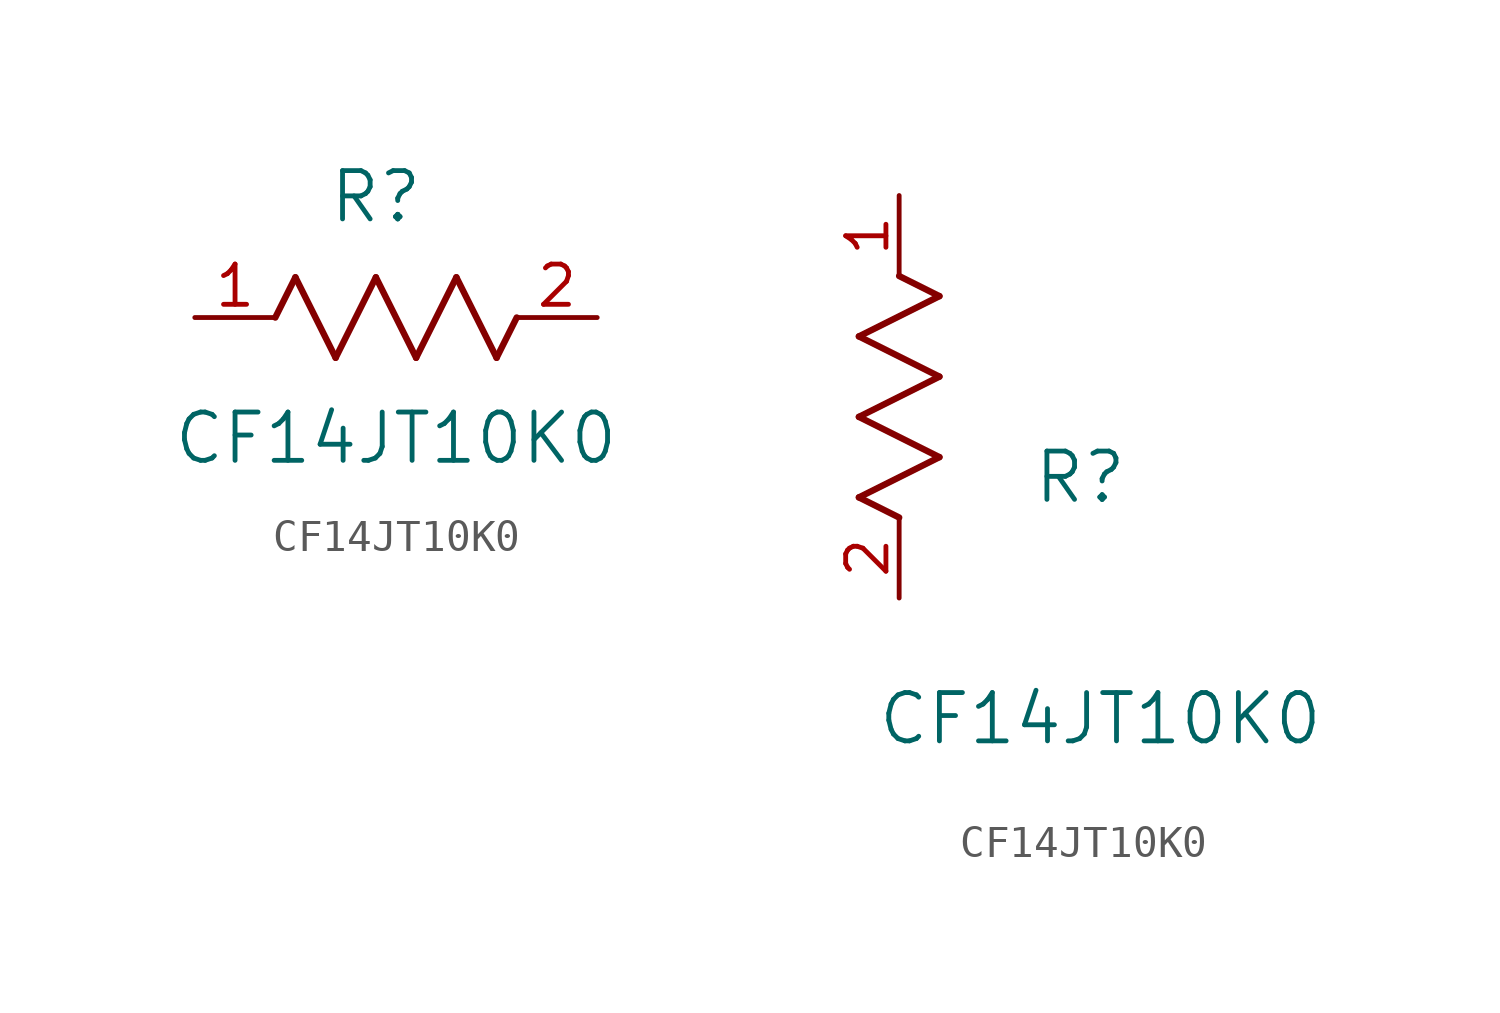
<source format=kicad_sym>
(kicad_symbol_lib
  (version 20211014)
  (generator kicad_symbol_editor)
  (symbol "CF14JT10K0"
    (pin_names
      (offset 0.254))
    (property "Reference" "R"
      (at 5.715 3.81 0)
      (effects (font (size 1.524 1.524))))
    (property "Value" "CF14JT10K0"
      (at 6.35 -3.81 0)
      (effects (font (size 1.524 1.524))))
    (symbol "CF14JT10K0_1_1"
      (polyline (pts (xy 3.175 1.27) (xy 4.445 -1.27)) (stroke (width 0.203) (type default) (color 0 0 0 0)) (fill (type none)))
      (polyline (pts (xy 4.445 -1.27) (xy 5.715 1.27)) (stroke (width 0.203) (type default) (color 0 0 0 0)) (fill (type none)))
      (polyline (pts (xy 5.715 1.27) (xy 6.985 -1.27)) (stroke (width 0.203) (type default) (color 0 0 0 0)) (fill (type none)))
      (polyline (pts (xy 6.985 -1.27) (xy 8.255 1.27)) (stroke (width 0.203) (type default) (color 0 0 0 0)) (fill (type none)))
      (polyline (pts (xy 8.255 1.27) (xy 9.525 -1.27)) (stroke (width 0.203) (type default) (color 0 0 0 0)) (fill (type none)))
      (polyline (pts (xy 2.54 0) (xy 3.175 1.27)) (stroke (width 0.203) (type default) (color 0 0 0 0)) (fill (type none)))
      (polyline (pts (xy 9.525 -1.27) (xy 10.16 0)) (stroke (width 0.203) (type default) (color 0 0 0 0)) (fill (type none)))
      (pin unspecified line (at 0 0 0) (length 2.54) (name "" (effects (font (size 1.27 1.27)))) (number "1" (effects (font (size 1.27 1.27)))))
      (pin unspecified line (at 12.7 0 180) (length 2.54) (name "" (effects (font (size 1.27 1.27)))) (number "2" (effects (font (size 1.27 1.27))))))
    (symbol "CF14JT10K0_1_2"
      (polyline (pts (xy 0 2.54) (xy -1.27 3.175)) (stroke (width 0.203) (type default) (color 0 0 0 0)) (fill (type none)))
      (polyline (pts (xy -1.27 3.175) (xy 1.27 4.445)) (stroke (width 0.203) (type default) (color 0 0 0 0)) (fill (type none)))
      (polyline (pts (xy 1.27 4.445) (xy -1.27 5.715)) (stroke (width 0.203) (type default) (color 0 0 0 0)) (fill (type none)))
      (polyline (pts (xy -1.27 5.715) (xy 1.27 6.985)) (stroke (width 0.203) (type default) (color 0 0 0 0)) (fill (type none)))
      (polyline (pts (xy -1.27 8.255) (xy 1.27 9.525)) (stroke (width 0.203) (type default) (color 0 0 0 0)) (fill (type none)))
      (polyline (pts (xy 1.27 9.525) (xy 0 10.16)) (stroke (width 0.203) (type default) (color 0 0 0 0)) (fill (type none)))
      (polyline (pts (xy 1.27 6.985) (xy -1.27 8.255)) (stroke (width 0.203) (type default) (color 0 0 0 0)) (fill (type none)))
      (pin unspecified line (at 0 12.7 270) (length 2.54) (name "" (effects (font (size 1.27 1.27)))) (number "1" (effects (font (size 1.27 1.27)))))
      (pin unspecified line (at 0 0 90) (length 2.54) (name "" (effects (font (size 1.27 1.27)))) (number "2" (effects (font (size 1.27 1.27))))))))
</source>
